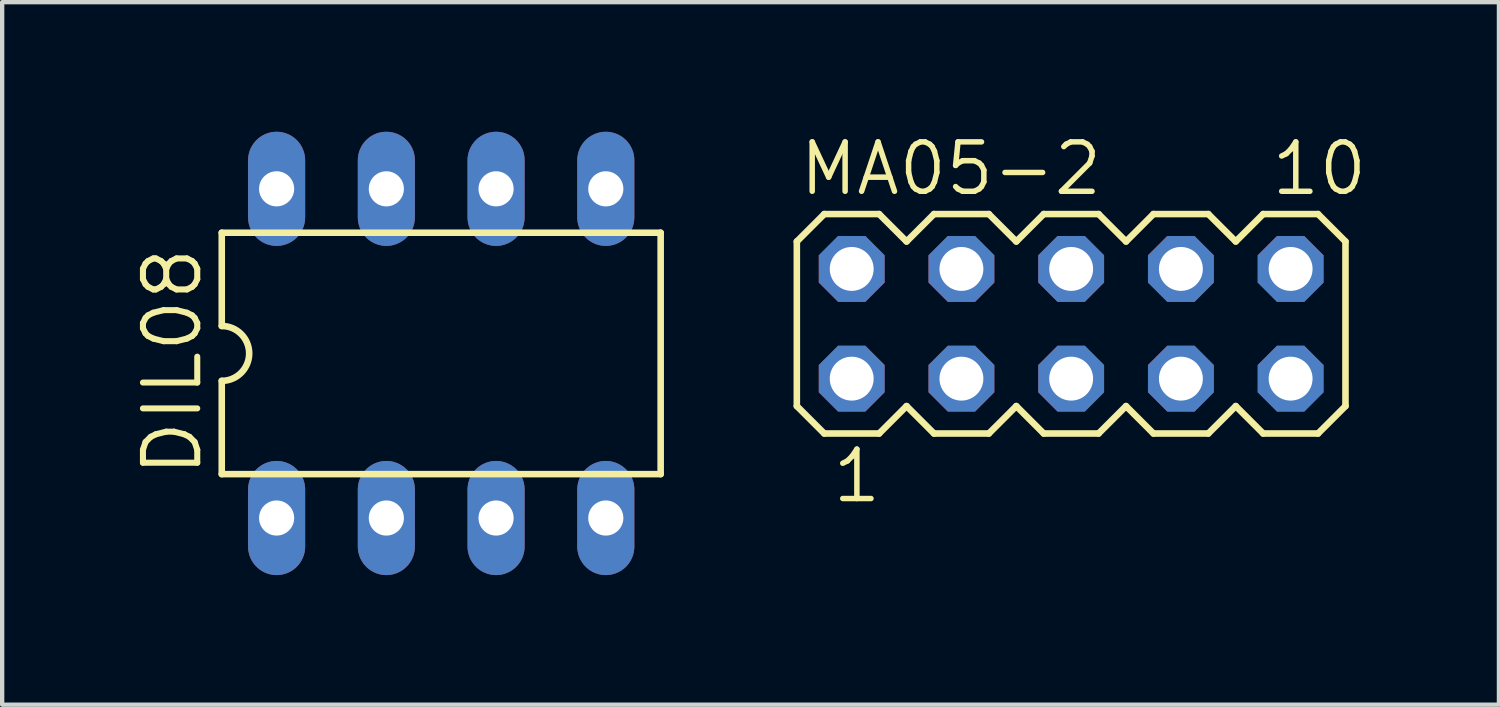
<source format=kicad_pcb>
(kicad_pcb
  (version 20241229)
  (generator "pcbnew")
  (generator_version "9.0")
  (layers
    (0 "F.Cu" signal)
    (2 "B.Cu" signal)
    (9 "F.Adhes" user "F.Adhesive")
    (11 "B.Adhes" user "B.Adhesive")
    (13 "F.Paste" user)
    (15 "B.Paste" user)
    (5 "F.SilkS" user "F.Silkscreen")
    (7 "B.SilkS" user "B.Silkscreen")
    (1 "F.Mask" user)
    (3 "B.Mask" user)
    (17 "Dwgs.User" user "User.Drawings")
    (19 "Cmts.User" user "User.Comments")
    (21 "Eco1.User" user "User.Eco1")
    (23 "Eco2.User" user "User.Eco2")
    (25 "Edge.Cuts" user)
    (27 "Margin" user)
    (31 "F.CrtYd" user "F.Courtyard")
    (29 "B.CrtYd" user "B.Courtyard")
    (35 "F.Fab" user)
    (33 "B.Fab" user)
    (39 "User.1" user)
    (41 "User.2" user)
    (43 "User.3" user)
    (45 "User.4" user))
  (footprint "MA05-2"
    (layer "F.Cu")
    (at 21.745 4.445)
    (property "Reference" "MA05-2" (at -6.35 -2.921 0) (unlocked yes) (layer "F.SilkS") (effects (font (size 1.143 1.143) (thickness 0.127)) (justify left bottom)))
    (fp_line (start -6.35 -1.905) (end -6.35 1.905) (stroke (width 0.152) (type solid)) (layer "F.SilkS"))
    (fp_line (start -6.35 1.905) (end -5.715 2.54) (stroke (width 0.152) (type solid)) (layer "F.SilkS"))
    (fp_line (start -5.715 -2.54) (end -6.35 -1.905) (stroke (width 0.152) (type solid)) (layer "F.SilkS"))
    (fp_line (start -5.715 -2.54) (end -4.445 -2.54) (stroke (width 0.152) (type solid)) (layer "F.SilkS"))
    (fp_line (start -4.445 -2.54) (end -3.81 -1.905) (stroke (width 0.152) (type solid)) (layer "F.SilkS"))
    (fp_line (start -4.445 2.54) (end -5.715 2.54) (stroke (width 0.152) (type solid)) (layer "F.SilkS"))
    (fp_line (start -3.81 -1.905) (end -3.175 -2.54) (stroke (width 0.152) (type solid)) (layer "F.SilkS"))
    (fp_line (start -3.81 1.905) (end -4.445 2.54) (stroke (width 0.152) (type solid)) (layer "F.SilkS"))
    (fp_line (start -3.175 -2.54) (end -1.905 -2.54) (stroke (width 0.152) (type solid)) (layer "F.SilkS"))
    (fp_line (start -3.175 2.54) (end -3.81 1.905) (stroke (width 0.152) (type solid)) (layer "F.SilkS"))
    (fp_line (start -1.905 -2.54) (end -1.27 -1.905) (stroke (width 0.152) (type solid)) (layer "F.SilkS"))
    (fp_line (start -1.905 2.54) (end -3.175 2.54) (stroke (width 0.152) (type solid)) (layer "F.SilkS"))
    (fp_line (start -1.27 -1.905) (end -0.635 -2.54) (stroke (width 0.152) (type solid)) (layer "F.SilkS"))
    (fp_line (start -1.27 1.905) (end -1.905 2.54) (stroke (width 0.152) (type solid)) (layer "F.SilkS"))
    (fp_line (start -0.635 -2.54) (end 0.635 -2.54) (stroke (width 0.152) (type solid)) (layer "F.SilkS"))
    (fp_line (start -0.635 2.54) (end -1.27 1.905) (stroke (width 0.152) (type solid)) (layer "F.SilkS"))
    (fp_line (start 0.635 -2.54) (end 1.27 -1.905) (stroke (width 0.152) (type solid)) (layer "F.SilkS"))
    (fp_line (start 0.635 2.54) (end -0.635 2.54) (stroke (width 0.152) (type solid)) (layer "F.SilkS"))
    (fp_line (start 1.27 1.905) (end 0.635 2.54) (stroke (width 0.152) (type solid)) (layer "F.SilkS"))
    (fp_line (start 1.27 1.905) (end 1.905 2.54) (stroke (width 0.152) (type solid)) (layer "F.SilkS"))
    (fp_line (start 1.905 -2.54) (end 1.27 -1.905) (stroke (width 0.152) (type solid)) (layer "F.SilkS"))
    (fp_line (start 1.905 -2.54) (end 3.175 -2.54) (stroke (width 0.152) (type solid)) (layer "F.SilkS"))
    (fp_line (start 3.175 -2.54) (end 3.81 -1.905) (stroke (width 0.152) (type solid)) (layer "F.SilkS"))
    (fp_line (start 3.175 2.54) (end 1.905 2.54) (stroke (width 0.152) (type solid)) (layer "F.SilkS"))
    (fp_line (start 3.81 -1.905) (end 4.445 -2.54) (stroke (width 0.152) (type solid)) (layer "F.SilkS"))
    (fp_line (start 3.81 1.905) (end 3.175 2.54) (stroke (width 0.152) (type solid)) (layer "F.SilkS"))
    (fp_line (start 4.445 -2.54) (end 5.715 -2.54) (stroke (width 0.152) (type solid)) (layer "F.SilkS"))
    (fp_line (start 4.445 2.54) (end 3.81 1.905) (stroke (width 0.152) (type solid)) (layer "F.SilkS"))
    (fp_line (start 5.715 -2.54) (end 6.35 -1.905) (stroke (width 0.152) (type solid)) (layer "F.SilkS"))
    (fp_line (start 5.715 2.54) (end 4.445 2.54) (stroke (width 0.152) (type solid)) (layer "F.SilkS"))
    (fp_line (start 6.35 -1.905) (end 6.35 1.905) (stroke (width 0.152) (type solid)) (layer "F.SilkS"))
    (fp_line (start 6.35 1.905) (end 5.715 2.54) (stroke (width 0.152) (type solid)) (layer "F.SilkS"))
    (fp_poly (pts (xy -5.334 -1.016) (xy -4.826 -1.016) (xy -4.826 -1.524) (xy -5.334 -1.524)) (stroke (width 0.1) (type default)) (fill no) (layer "F.Fab"))
    (fp_poly (pts (xy -5.334 1.524) (xy -4.826 1.524) (xy -4.826 1.016) (xy -5.334 1.016)) (stroke (width 0.1) (type default)) (fill no) (layer "F.Fab"))
    (fp_poly (pts (xy -2.794 -1.016) (xy -2.286 -1.016) (xy -2.286 -1.524) (xy -2.794 -1.524)) (stroke (width 0.1) (type default)) (fill no) (layer "F.Fab"))
    (fp_poly (pts (xy -2.794 1.524) (xy -2.286 1.524) (xy -2.286 1.016) (xy -2.794 1.016)) (stroke (width 0.1) (type default)) (fill no) (layer "F.Fab"))
    (fp_poly (pts (xy -0.254 -1.016) (xy 0.254 -1.016) (xy 0.254 -1.524) (xy -0.254 -1.524)) (stroke (width 0.1) (type default)) (fill no) (layer "F.Fab"))
    (fp_poly (pts (xy -0.254 1.524) (xy 0.254 1.524) (xy 0.254 1.016) (xy -0.254 1.016)) (stroke (width 0.1) (type default)) (fill no) (layer "F.Fab"))
    (fp_poly (pts (xy 2.286 -1.016) (xy 2.794 -1.016) (xy 2.794 -1.524) (xy 2.286 -1.524)) (stroke (width 0.1) (type default)) (fill no) (layer "F.Fab"))
    (fp_poly (pts (xy 2.286 1.524) (xy 2.794 1.524) (xy 2.794 1.016) (xy 2.286 1.016)) (stroke (width 0.1) (type default)) (fill no) (layer "F.Fab"))
    (fp_poly (pts (xy 4.826 -1.016) (xy 5.334 -1.016) (xy 5.334 -1.524) (xy 4.826 -1.524)) (stroke (width 0.1) (type default)) (fill no) (layer "F.Fab"))
    (fp_poly (pts (xy 4.826 1.524) (xy 5.334 1.524) (xy 5.334 1.016) (xy 4.826 1.016)) (stroke (width 0.1) (type default)) (fill no) (layer "F.Fab"))
    (fp_text user "10" (at 4.572 -2.921 0) (unlocked yes) (layer "F.SilkS") (effects (font (size 1.143 1.143) (thickness 0.127)) (justify left bottom)))
    (fp_text user "1" (at -5.588 4.191 0) (unlocked yes) (layer "F.SilkS") (effects (font (size 1.143 1.143) (thickness 0.127)) (justify left bottom)))
    (pad "1" thru_hole roundrect (at -5.08 1.27) (size 1.524 1.524) (drill 1.016) (layers "*.Cu" "*.Mask") (roundrect_rratio 0.25) (chamfer_ratio 0.293) (chamfer top_left top_right bottom_left bottom_right))
    (pad "2" thru_hole roundrect (at -5.08 -1.27) (size 1.524 1.524) (drill 1.016) (layers "*.Cu" "*.Mask") (roundrect_rratio 0.25) (chamfer_ratio 0.293) (chamfer top_left top_right bottom_left bottom_right))
    (pad "3" thru_hole roundrect (at -2.54 1.27) (size 1.524 1.524) (drill 1.016) (layers "*.Cu" "*.Mask") (roundrect_rratio 0.25) (chamfer_ratio 0.293) (chamfer top_left top_right bottom_left bottom_right))
    (pad "4" thru_hole roundrect (at -2.54 -1.27) (size 1.524 1.524) (drill 1.016) (layers "*.Cu" "*.Mask") (roundrect_rratio 0.25) (chamfer_ratio 0.293) (chamfer top_left top_right bottom_left bottom_right))
    (pad "5" thru_hole roundrect (at 0 1.27) (size 1.524 1.524) (drill 1.016) (layers "*.Cu" "*.Mask") (roundrect_rratio 0.25) (chamfer_ratio 0.293) (chamfer top_left top_right bottom_left bottom_right))
    (pad "6" thru_hole roundrect (at 0 -1.27) (size 1.524 1.524) (drill 1.016) (layers "*.Cu" "*.Mask") (roundrect_rratio 0.25) (chamfer_ratio 0.293) (chamfer top_left top_right bottom_left bottom_right))
    (pad "7" thru_hole roundrect (at 2.54 1.27) (size 1.524 1.524) (drill 1.016) (layers "*.Cu" "*.Mask") (roundrect_rratio 0.25) (chamfer_ratio 0.293) (chamfer top_left top_right bottom_left bottom_right))
    (pad "8" thru_hole roundrect (at 2.54 -1.27) (size 1.524 1.524) (drill 1.016) (layers "*.Cu" "*.Mask") (roundrect_rratio 0.25) (chamfer_ratio 0.293) (chamfer top_left top_right bottom_left bottom_right))
    (pad "9" thru_hole roundrect (at 5.08 1.27) (size 1.524 1.524) (drill 1.016) (layers "*.Cu" "*.Mask") (roundrect_rratio 0.25) (chamfer_ratio 0.293) (chamfer top_left top_right bottom_left bottom_right))
    (pad "10" thru_hole roundrect (at 5.08 -1.27) (size 1.524 1.524) (drill 1.016) (layers "*.Cu" "*.Mask") (roundrect_rratio 0.25) (chamfer_ratio 0.293) (chamfer top_left top_right bottom_left bottom_right)))
  (footprint "DIL08"
    (layer "F.Cu")
    (at 7.163 5.131)
    (property "Reference" "DIL08" (at -5.486 2.921 90) (unlocked yes) (layer "F.SilkS") (effects (font (size 1.257 1.257) (thickness 0.14)) (justify left bottom)))
    (fp_line (start -5.08 -2.794) (end -5.08 -0.635) (stroke (width 0.152) (type solid)) (layer "F.SilkS"))
    (fp_line (start -5.08 0.635) (end -5.08 2.794) (stroke (width 0.152) (type solid)) (layer "F.SilkS"))
    (fp_line (start -5.08 2.794) (end 5.08 2.794) (stroke (width 0.152) (type solid)) (layer "F.SilkS"))
    (fp_line (start 5.08 -2.794) (end -5.08 -2.794) (stroke (width 0.152) (type solid)) (layer "F.SilkS"))
    (fp_line (start 5.08 2.794) (end 5.08 -2.794) (stroke (width 0.152) (type solid)) (layer "F.SilkS"))
    (fp_arc (start -5.08 -0.635) (mid -4.445 0) (end -5.08 0.635) (stroke (width 0.1524) (type solid)) (layer "F.SilkS"))
    (pad "1" thru_hole oval (at -3.81 3.81 90) (size 2.642 1.321) (drill 0.813) (layers "*.Cu" "*.Mask"))
    (pad "2" thru_hole oval (at -1.27 3.81 90) (size 2.642 1.321) (drill 0.813) (layers "*.Cu" "*.Mask"))
    (pad "3" thru_hole oval (at 1.27 3.81 90) (size 2.642 1.321) (drill 0.813) (layers "*.Cu" "*.Mask"))
    (pad "4" thru_hole oval (at 3.81 3.81 90) (size 2.642 1.321) (drill 0.813) (layers "*.Cu" "*.Mask"))
    (pad "5" thru_hole oval (at 3.81 -3.81 90) (size 2.642 1.321) (drill 0.813) (layers "*.Cu" "*.Mask"))
    (pad "6" thru_hole oval (at 1.27 -3.81 90) (size 2.642 1.321) (drill 0.813) (layers "*.Cu" "*.Mask"))
    (pad "7" thru_hole oval (at -1.27 -3.81 90) (size 2.642 1.321) (drill 0.813) (layers "*.Cu" "*.Mask"))
    (pad "8" thru_hole oval (at -3.81 -3.81 90) (size 2.642 1.321) (drill 0.813) (layers "*.Cu" "*.Mask")))
  (gr_rect
    (start -3 -3)
    (end 31.647 13.262)
    (stroke (width 0.1) (type default))
    (fill no)
    (layer "Edge.Cuts")))
</source>
